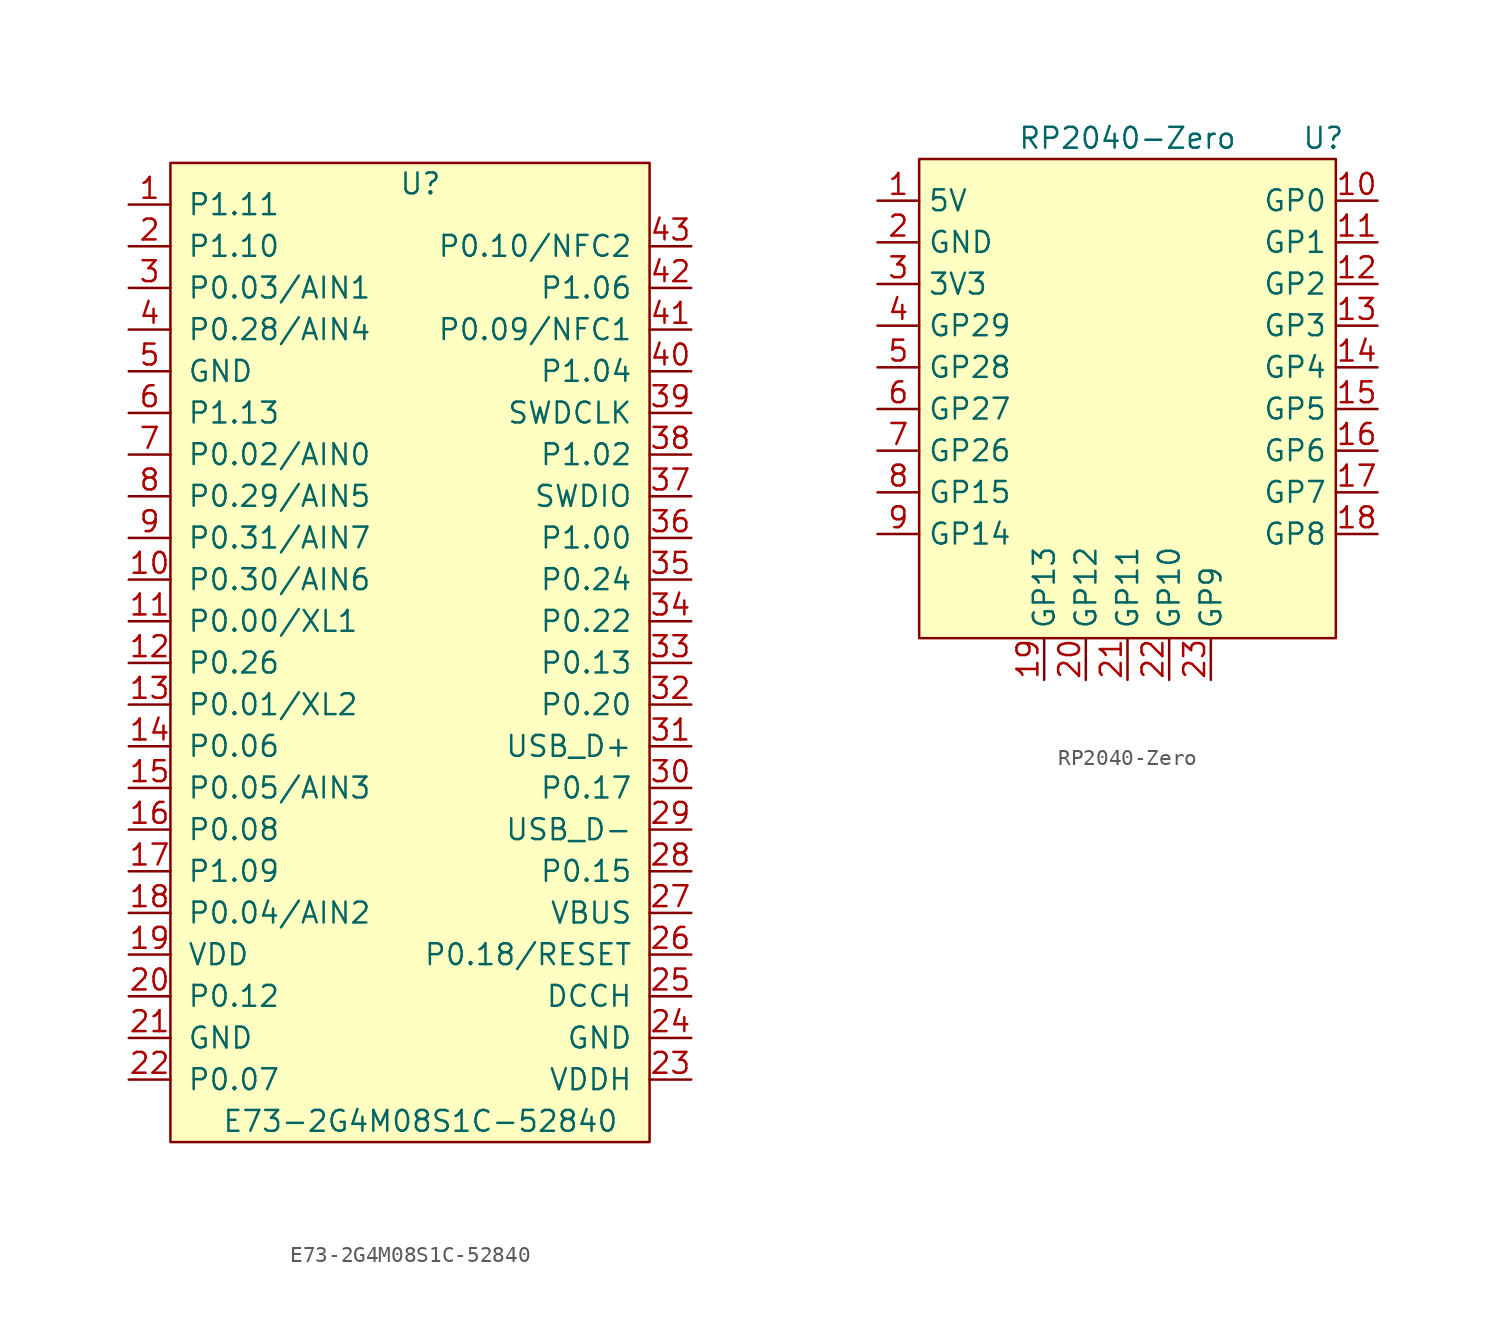
<source format=kicad_sym>
(kicad_symbol_lib
  (version 20241209)
  (generator "kicad_symbol_editor")
  (generator_version "9.0")
  (symbol "E73-2G4M08S1C-52840"
    (pin_names
      (offset 1.016))
    (property "Reference" "U"
      (at 0 29.21 0)
      (effects (font (size 1.27 1.27))))
    (property "Value" "E73-2G4M08S1C-52840"
      (at 0 -27.94 0)
      (effects (font (size 1.27 1.27))))
    (symbol "E73-2G4M08S1C-52840_1_1"
      (rectangle (start -15.24 30.48) (end 13.97 -29.21) (stroke (width 0) (type solid)) (fill (type background)))
      (pin input line (at -17.78 27.94 0) (length 2.54) (name "P1.11" (effects (font (size 1.27 1.27)))) (number "1" (effects (font (size 1.27 1.27)))))
      (pin input line (at -17.78 25.4 0) (length 2.54) (name "P1.10" (effects (font (size 1.27 1.27)))) (number "2" (effects (font (size 1.27 1.27)))))
      (pin input line (at -17.78 22.86 0) (length 2.54) (name "P0.03/AIN1" (effects (font (size 1.27 1.27)))) (number "3" (effects (font (size 1.27 1.27)))))
      (pin input line (at -17.78 20.32 0) (length 2.54) (name "P0.28/AIN4" (effects (font (size 1.27 1.27)))) (number "4" (effects (font (size 1.27 1.27)))))
      (pin power_in line (at -17.78 17.78 0) (length 2.54) (name "GND" (effects (font (size 1.27 1.27)))) (number "5" (effects (font (size 1.27 1.27)))))
      (pin input line (at -17.78 15.24 0) (length 2.54) (name "P1.13" (effects (font (size 1.27 1.27)))) (number "6" (effects (font (size 1.27 1.27)))))
      (pin input line (at -17.78 12.7 0) (length 2.54) (name "P0.02/AIN0" (effects (font (size 1.27 1.27)))) (number "7" (effects (font (size 1.27 1.27)))))
      (pin input line (at -17.78 10.16 0) (length 2.54) (name "P0.29/AIN5" (effects (font (size 1.27 1.27)))) (number "8" (effects (font (size 1.27 1.27)))))
      (pin input line (at -17.78 7.62 0) (length 2.54) (name "P0.31/AIN7" (effects (font (size 1.27 1.27)))) (number "9" (effects (font (size 1.27 1.27)))))
      (pin input line (at -17.78 5.08 0) (length 2.54) (name "P0.30/AIN6" (effects (font (size 1.27 1.27)))) (number "10" (effects (font (size 1.27 1.27)))))
      (pin input line (at -17.78 2.54 0) (length 2.54) (name "P0.00/XL1" (effects (font (size 1.27 1.27)))) (number "11" (effects (font (size 1.27 1.27)))))
      (pin input line (at -17.78 0 0) (length 2.54) (name "P0.26" (effects (font (size 1.27 1.27)))) (number "12" (effects (font (size 1.27 1.27)))))
      (pin input line (at -17.78 -2.54 0) (length 2.54) (name "P0.01/XL2" (effects (font (size 1.27 1.27)))) (number "13" (effects (font (size 1.27 1.27)))))
      (pin input line (at -17.78 -5.08 0) (length 2.54) (name "P0.06" (effects (font (size 1.27 1.27)))) (number "14" (effects (font (size 1.27 1.27)))))
      (pin input line (at -17.78 -7.62 0) (length 2.54) (name "P0.05/AIN3" (effects (font (size 1.27 1.27)))) (number "15" (effects (font (size 1.27 1.27)))))
      (pin input line (at -17.78 -10.16 0) (length 2.54) (name "P0.08" (effects (font (size 1.27 1.27)))) (number "16" (effects (font (size 1.27 1.27)))))
      (pin input line (at -17.78 -12.7 0) (length 2.54) (name "P1.09" (effects (font (size 1.27 1.27)))) (number "17" (effects (font (size 1.27 1.27)))))
      (pin input line (at -17.78 -15.24 0) (length 2.54) (name "P0.04/AIN2" (effects (font (size 1.27 1.27)))) (number "18" (effects (font (size 1.27 1.27)))))
      (pin power_in line (at -17.78 -17.78 0) (length 2.54) (name "VDD" (effects (font (size 1.27 1.27)))) (number "19" (effects (font (size 1.27 1.27)))))
      (pin input line (at -17.78 -20.32 0) (length 2.54) (name "P0.12" (effects (font (size 1.27 1.27)))) (number "20" (effects (font (size 1.27 1.27)))))
      (pin power_in line (at -17.78 -22.86 0) (length 2.54) (name "GND" (effects (font (size 1.27 1.27)))) (number "21" (effects (font (size 1.27 1.27)))))
      (pin input line (at -17.78 -25.4 0) (length 2.54) (name "P0.07" (effects (font (size 1.27 1.27)))) (number "22" (effects (font (size 1.27 1.27)))))
      (pin input line (at 16.51 25.4 180) (length 2.54) (name "P0.10/NFC2" (effects (font (size 1.27 1.27)))) (number "43" (effects (font (size 1.27 1.27)))))
      (pin input line (at 16.51 22.86 180) (length 2.54) (name "P1.06" (effects (font (size 1.27 1.27)))) (number "42" (effects (font (size 1.27 1.27)))))
      (pin input line (at 16.51 20.32 180) (length 2.54) (name "P0.09/NFC1" (effects (font (size 1.27 1.27)))) (number "41" (effects (font (size 1.27 1.27)))))
      (pin input line (at 16.51 17.78 180) (length 2.54) (name "P1.04" (effects (font (size 1.27 1.27)))) (number "40" (effects (font (size 1.27 1.27)))))
      (pin input line (at 16.51 15.24 180) (length 2.54) (name "SWDCLK" (effects (font (size 1.27 1.27)))) (number "39" (effects (font (size 1.27 1.27)))))
      (pin input line (at 16.51 12.7 180) (length 2.54) (name "P1.02" (effects (font (size 1.27 1.27)))) (number "38" (effects (font (size 1.27 1.27)))))
      (pin input line (at 16.51 10.16 180) (length 2.54) (name "SWDIO" (effects (font (size 1.27 1.27)))) (number "37" (effects (font (size 1.27 1.27)))))
      (pin input line (at 16.51 7.62 180) (length 2.54) (name "P1.00" (effects (font (size 1.27 1.27)))) (number "36" (effects (font (size 1.27 1.27)))))
      (pin input line (at 16.51 5.08 180) (length 2.54) (name "P0.24" (effects (font (size 1.27 1.27)))) (number "35" (effects (font (size 1.27 1.27)))))
      (pin input line (at 16.51 2.54 180) (length 2.54) (name "P0.22" (effects (font (size 1.27 1.27)))) (number "34" (effects (font (size 1.27 1.27)))))
      (pin input line (at 16.51 0 180) (length 2.54) (name "P0.13" (effects (font (size 1.27 1.27)))) (number "33" (effects (font (size 1.27 1.27)))))
      (pin input line (at 16.51 -2.54 180) (length 2.54) (name "P0.20" (effects (font (size 1.27 1.27)))) (number "32" (effects (font (size 1.27 1.27)))))
      (pin input line (at 16.51 -5.08 180) (length 2.54) (name "USB_D+" (effects (font (size 1.27 1.27)))) (number "31" (effects (font (size 1.27 1.27)))))
      (pin input line (at 16.51 -7.62 180) (length 2.54) (name "P0.17" (effects (font (size 1.27 1.27)))) (number "30" (effects (font (size 1.27 1.27)))))
      (pin input line (at 16.51 -10.16 180) (length 2.54) (name "USB_D-" (effects (font (size 1.27 1.27)))) (number "29" (effects (font (size 1.27 1.27)))))
      (pin power_in line (at 16.51 -12.7 180) (length 2.54) (name "P0.15" (effects (font (size 1.27 1.27)))) (number "28" (effects (font (size 1.27 1.27)))))
      (pin power_in line (at 16.51 -15.24 180) (length 2.54) (name "VBUS" (effects (font (size 1.27 1.27)))) (number "27" (effects (font (size 1.27 1.27)))))
      (pin input line (at 16.51 -17.78 180) (length 2.54) (name "P0.18/RESET" (effects (font (size 1.27 1.27)))) (number "26" (effects (font (size 1.27 1.27)))))
      (pin power_out line (at 16.51 -20.32 180) (length 2.54) (name "DCCH" (effects (font (size 1.27 1.27)))) (number "25" (effects (font (size 1.27 1.27)))))
      (pin power_in line (at 16.51 -22.86 180) (length 2.54) (name "GND" (effects (font (size 1.27 1.27)))) (number "24" (effects (font (size 1.27 1.27)))))
      (pin power_in line (at 16.51 -25.4 180) (length 2.54) (name "VDDH" (effects (font (size 1.27 1.27)))) (number "23" (effects (font (size 1.27 1.27)))))))
  (symbol "RP2040-Zero"
    (property "Reference" "U"
      (at 11.938 8.89 0)
      (effects (font (size 1.27 1.27))))
    (property "Value" "RP2040-Zero"
      (at 0 8.89 0)
      (effects (font (size 1.27 1.27))))
    (symbol "RP2040-Zero_1_1"
      (rectangle (start -12.7 7.62) (end 12.7 -21.59) (stroke (width 0) (type solid)) (fill (type background)))
      (pin power_in line (at -15.24 5.08 0) (length 2.54) (name "5V" (effects (font (size 1.27 1.27)))) (number "1" (effects (font (size 1.27 1.27)))))
      (pin power_in line (at -15.24 2.54 0) (length 2.54) (name "GND" (effects (font (size 1.27 1.27)))) (number "2" (effects (font (size 1.27 1.27)))))
      (pin power_in line (at -15.24 0 0) (length 2.54) (name "3V3" (effects (font (size 1.27 1.27)))) (number "3" (effects (font (size 1.27 1.27)))))
      (pin bidirectional line (at -15.24 -2.54 0) (length 2.54) (name "GP29" (effects (font (size 1.27 1.27)))) (number "4" (effects (font (size 1.27 1.27)))))
      (pin bidirectional line (at -15.24 -5.08 0) (length 2.54) (name "GP28" (effects (font (size 1.27 1.27)))) (number "5" (effects (font (size 1.27 1.27)))))
      (pin bidirectional line (at -15.24 -7.62 0) (length 2.54) (name "GP27" (effects (font (size 1.27 1.27)))) (number "6" (effects (font (size 1.27 1.27)))))
      (pin bidirectional line (at -15.24 -10.16 0) (length 2.54) (name "GP26" (effects (font (size 1.27 1.27)))) (number "7" (effects (font (size 1.27 1.27)))))
      (pin bidirectional line (at -15.24 -12.7 0) (length 2.54) (name "GP15" (effects (font (size 1.27 1.27)))) (number "8" (effects (font (size 1.27 1.27)))))
      (pin bidirectional line (at -15.24 -15.24 0) (length 2.54) (name "GP14" (effects (font (size 1.27 1.27)))) (number "9" (effects (font (size 1.27 1.27)))))
      (pin bidirectional line (at -5.08 -24.13 90) (length 2.54) (name "GP13" (effects (font (size 1.27 1.27)))) (number "19" (effects (font (size 1.27 1.27)))))
      (pin bidirectional line (at -2.54 -24.13 90) (length 2.54) (name "GP12" (effects (font (size 1.27 1.27)))) (number "20" (effects (font (size 1.27 1.27)))))
      (pin bidirectional line (at 0 -24.13 90) (length 2.54) (name "GP11" (effects (font (size 1.27 1.27)))) (number "21" (effects (font (size 1.27 1.27)))))
      (pin bidirectional line (at 2.54 -24.13 90) (length 2.54) (name "GP10" (effects (font (size 1.27 1.27)))) (number "22" (effects (font (size 1.27 1.27)))))
      (pin bidirectional line (at 5.08 -24.13 90) (length 2.54) (name "GP9" (effects (font (size 1.27 1.27)))) (number "23" (effects (font (size 1.27 1.27)))))
      (pin bidirectional line (at 15.24 5.08 180) (length 2.54) (name "GP0" (effects (font (size 1.27 1.27)))) (number "10" (effects (font (size 1.27 1.27)))))
      (pin bidirectional line (at 15.24 2.54 180) (length 2.54) (name "GP1" (effects (font (size 1.27 1.27)))) (number "11" (effects (font (size 1.27 1.27)))))
      (pin bidirectional line (at 15.24 0 180) (length 2.54) (name "GP2" (effects (font (size 1.27 1.27)))) (number "12" (effects (font (size 1.27 1.27)))))
      (pin bidirectional line (at 15.24 -2.54 180) (length 2.54) (name "GP3" (effects (font (size 1.27 1.27)))) (number "13" (effects (font (size 1.27 1.27)))))
      (pin bidirectional line (at 15.24 -5.08 180) (length 2.54) (name "GP4" (effects (font (size 1.27 1.27)))) (number "14" (effects (font (size 1.27 1.27)))))
      (pin bidirectional line (at 15.24 -7.62 180) (length 2.54) (name "GP5" (effects (font (size 1.27 1.27)))) (number "15" (effects (font (size 1.27 1.27)))))
      (pin bidirectional line (at 15.24 -10.16 180) (length 2.54) (name "GP6" (effects (font (size 1.27 1.27)))) (number "16" (effects (font (size 1.27 1.27)))))
      (pin bidirectional line (at 15.24 -12.7 180) (length 2.54) (name "GP7" (effects (font (size 1.27 1.27)))) (number "17" (effects (font (size 1.27 1.27)))))
      (pin bidirectional line (at 15.24 -15.24 180) (length 2.54) (name "GP8" (effects (font (size 1.27 1.27)))) (number "18" (effects (font (size 1.27 1.27))))))))
</source>
